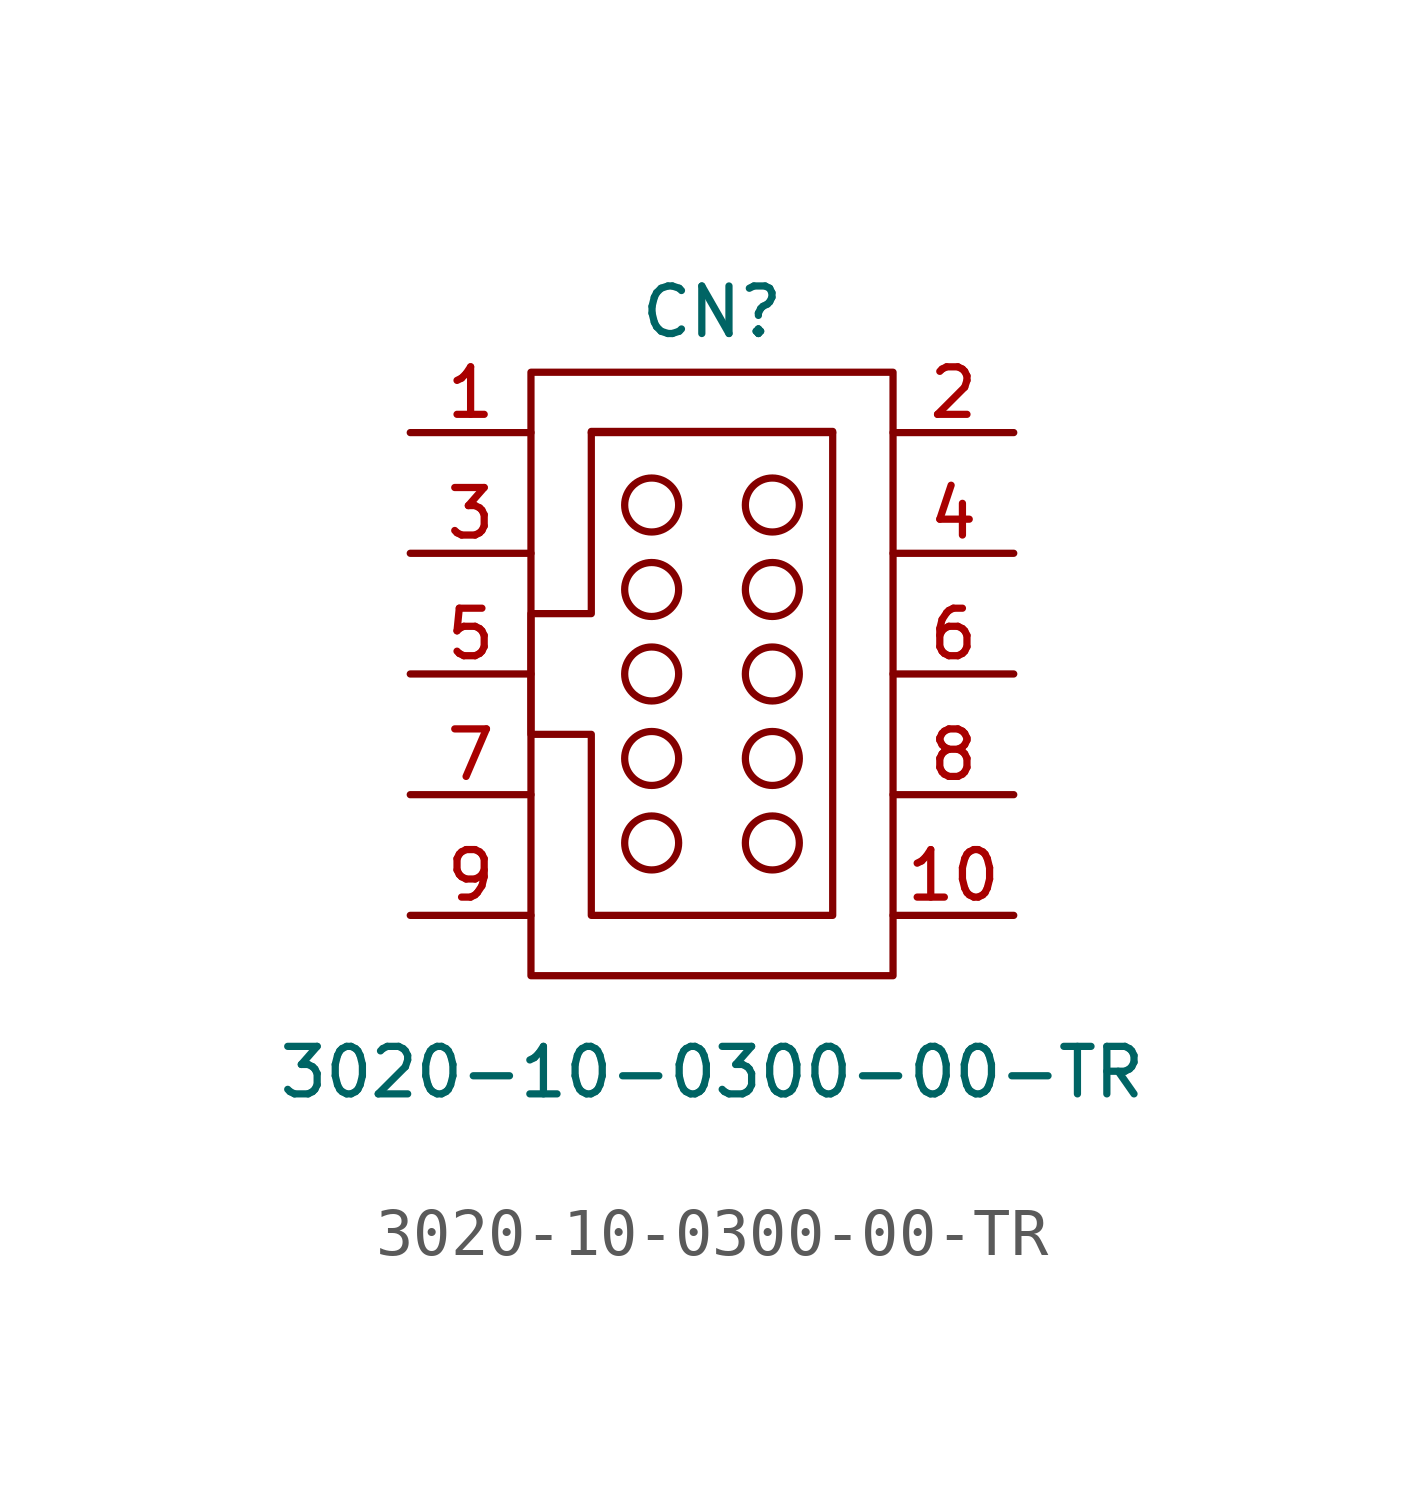
<source format=kicad_sym>
(kicad_symbol_lib
  (version 20241209)
  (generator "kicad_symbol_editor")
  (generator_version "9.0")
  (symbol "3020-10-0300-00-TR"
    (pin_names
      (hide yes))
    (property "Reference" "CN"
      (at 0 7.62 0)
      (effects (font (size 1 1))))
    (property "Value" "3020-10-0300-00-TR"
      (at 0 -8.382 0)
      (effects (font (size 1 1))))
    (symbol "3020-10-0300-00-TR_0_0"
      (rectangle (start -3.81 6.35) (end 3.81 -6.35) (stroke (width 0) (type default)) (fill (type none)))
      (rectangle (start -2.54 5.105) (end 2.54 5.08) (stroke (width 0) (type default)) (fill (type none)))
      (circle (center -1.27 3.556) (radius 0.568) (stroke (width 0) (type default)) (fill (type none)))
      (circle (center -1.27 1.778) (radius 0.568) (stroke (width 0) (type default)) (fill (type none)))
      (circle (center -1.27 0) (radius 0.568) (stroke (width 0) (type default)) (fill (type none)))
      (circle (center -1.27 -1.778) (radius 0.568) (stroke (width 0) (type default)) (fill (type none)))
      (circle (center -1.27 -3.556) (radius 0.568) (stroke (width 0) (type default)) (fill (type none)))
      (circle (center 1.27 3.556) (radius 0.568) (stroke (width 0) (type default)) (fill (type none)))
      (circle (center 1.27 1.778) (radius 0.568) (stroke (width 0) (type default)) (fill (type none)))
      (circle (center 1.27 0) (radius 0.568) (stroke (width 0) (type default)) (fill (type none)))
      (circle (center 1.27 -1.778) (radius 0.568) (stroke (width 0) (type default)) (fill (type none)))
      (circle (center 1.27 -3.556) (radius 0.568) (stroke (width 0) (type default)) (fill (type none)))
      (polyline (pts (xy 2.54 5.08) (xy 2.54 -5.08) (xy -2.54 -5.08) (xy -2.54 -1.27) (xy -3.81 -1.27) (xy -3.81 1.27) (xy -2.54 1.27) (xy -2.54 5.08)) (stroke (width 0) (type default)) (fill (type none))))
    (symbol "3020-10-0300-00-TR_1_1"
      (pin passive line (at -6.35 5.08 0) (length 2.54) (name "1" (effects (font (size 1 1)))) (number "1" (effects (font (size 1 1)))))
      (pin passive line (at -6.35 2.54 0) (length 2.54) (name "3" (effects (font (size 1 1)))) (number "3" (effects (font (size 1 1)))))
      (pin passive line (at -6.35 0 0) (length 2.54) (name "5" (effects (font (size 1 1)))) (number "5" (effects (font (size 1 1)))))
      (pin passive line (at -6.35 -2.54 0) (length 2.54) (name "7" (effects (font (size 1 1)))) (number "7" (effects (font (size 1 1)))))
      (pin passive line (at -6.35 -5.08 0) (length 2.54) (name "9" (effects (font (size 1 1)))) (number "9" (effects (font (size 1 1)))))
      (pin passive line (at 6.35 5.08 180) (length 2.54) (name "2" (effects (font (size 1 1)))) (number "2" (effects (font (size 1 1)))))
      (pin passive line (at 6.35 2.54 180) (length 2.54) (name "4" (effects (font (size 1 1)))) (number "4" (effects (font (size 1 1)))))
      (pin passive line (at 6.35 0 180) (length 2.54) (name "6" (effects (font (size 1 1)))) (number "6" (effects (font (size 1 1)))))
      (pin passive line (at 6.35 -2.54 180) (length 2.54) (name "8" (effects (font (size 1 1)))) (number "8" (effects (font (size 1 1)))))
      (pin passive line (at 6.35 -5.08 180) (length 2.54) (name "10" (effects (font (size 1 1)))) (number "10" (effects (font (size 1 1))))))))
</source>
